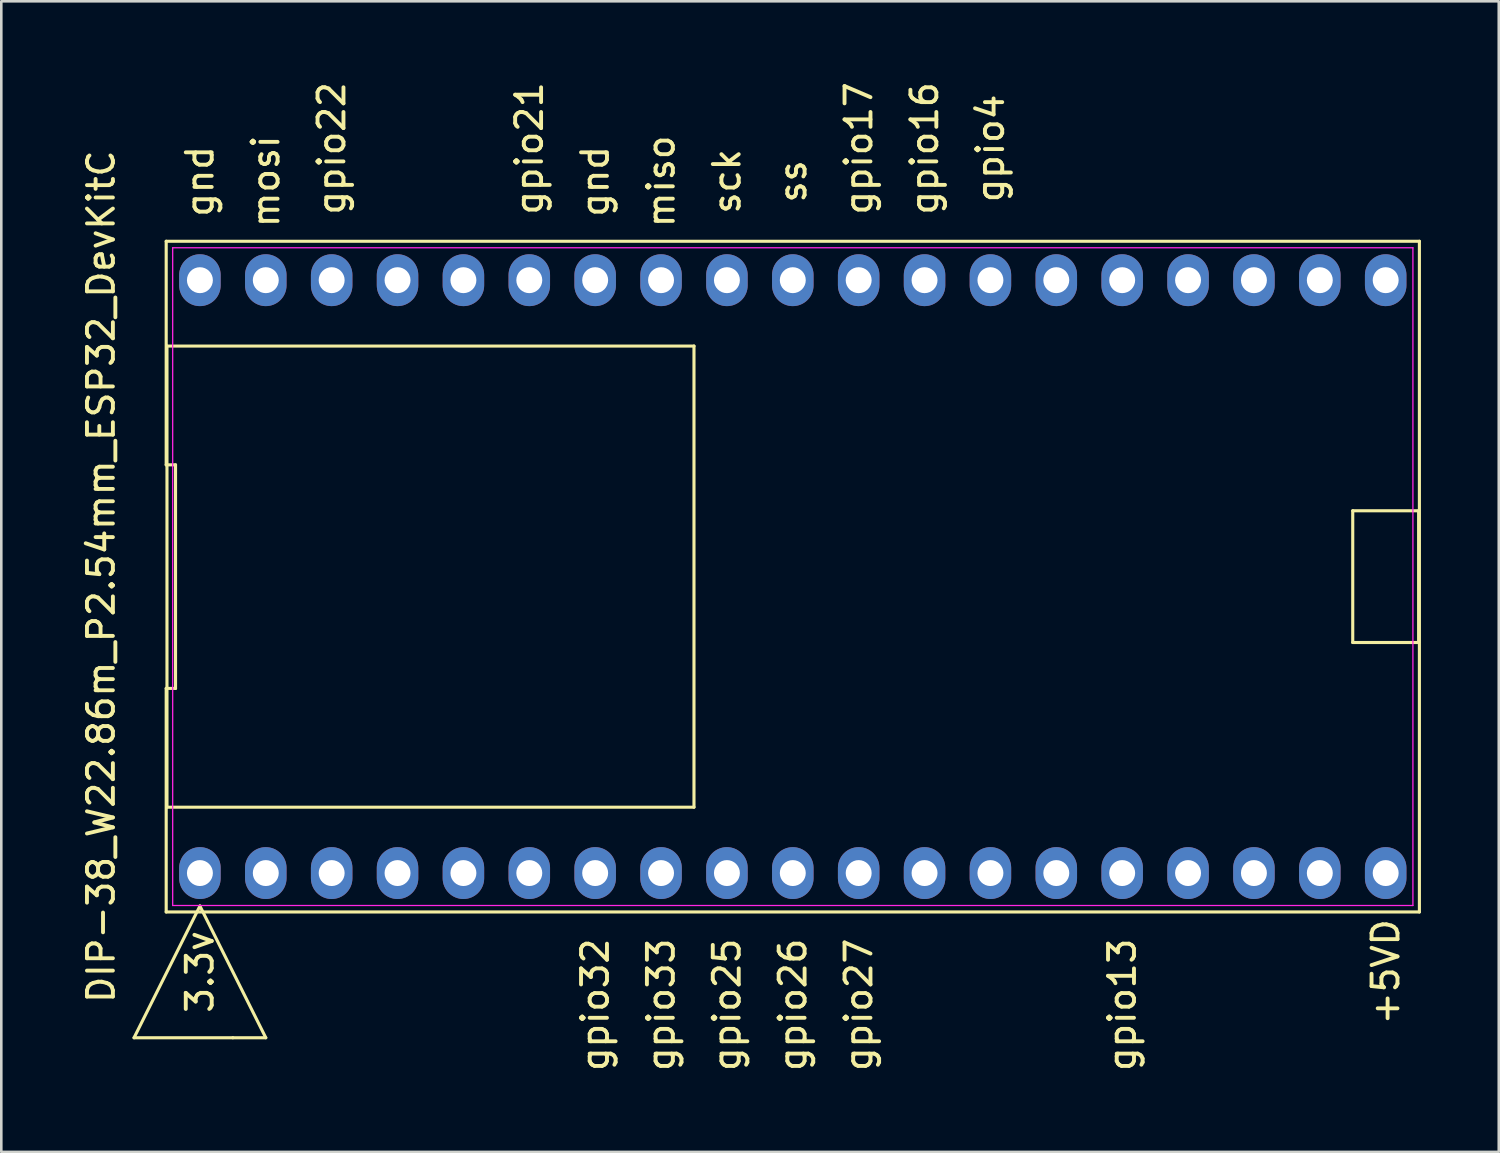
<source format=kicad_pcb>
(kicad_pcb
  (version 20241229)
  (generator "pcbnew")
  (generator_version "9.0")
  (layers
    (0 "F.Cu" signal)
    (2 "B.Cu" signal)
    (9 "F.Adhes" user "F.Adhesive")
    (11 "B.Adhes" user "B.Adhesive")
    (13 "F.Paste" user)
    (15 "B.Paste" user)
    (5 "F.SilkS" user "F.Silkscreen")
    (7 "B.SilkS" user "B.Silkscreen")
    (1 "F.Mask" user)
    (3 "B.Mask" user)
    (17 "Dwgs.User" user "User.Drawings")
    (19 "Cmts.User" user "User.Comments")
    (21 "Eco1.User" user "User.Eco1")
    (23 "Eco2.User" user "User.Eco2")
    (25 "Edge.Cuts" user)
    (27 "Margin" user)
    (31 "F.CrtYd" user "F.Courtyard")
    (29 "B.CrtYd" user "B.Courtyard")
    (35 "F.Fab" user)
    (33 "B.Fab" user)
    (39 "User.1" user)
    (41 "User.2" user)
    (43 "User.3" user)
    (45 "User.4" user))
  (footprint "DIP-38_W22.86m_P2.54mm_ESP32_DevKitC"
    (layer "F.Cu")
    (at 27.518 19.183)
    (property "Reference" "DIP-38_W22.86m_P2.54mm_ESP32_DevKitC" (at -26.67 0 90) (layer "F.SilkS") (effects (font (size 1 1) (thickness 0.15))))
    (attr through_hole)
    (fp_line (start -25.4 17.78) (end -21.59 17.78) (stroke (width 0.12) (type solid)) (layer "F.SilkS"))
    (fp_line (start -24.16 -12.93) (end -24.16 -4.31) (stroke (width 0.12) (type solid)) (layer "F.SilkS"))
    (fp_line (start -24.16 -4.31) (end -23.8 -4.31) (stroke (width 0.12) (type solid)) (layer "F.SilkS"))
    (fp_line (start -24.16 4.31) (end -24.16 12.93) (stroke (width 0.12) (type solid)) (layer "F.SilkS"))
    (fp_line (start -24.16 12.93) (end 24.16 12.93) (stroke (width 0.12) (type solid)) (layer "F.SilkS"))
    (fp_line (start -24.13 -8.89) (end -3.81 -8.89) (stroke (width 0.12) (type solid)) (layer "F.SilkS"))
    (fp_line (start -24.13 8.89) (end -24.13 -8.89) (stroke (width 0.12) (type solid)) (layer "F.SilkS"))
    (fp_line (start -23.8 -4.31) (end -23.8 4.31) (stroke (width 0.12) (type solid)) (layer "F.SilkS"))
    (fp_line (start -23.8 4.31) (end -24.16 4.31) (stroke (width 0.12) (type solid)) (layer "F.SilkS"))
    (fp_line (start -22.86 12.7) (end -25.4 17.78) (stroke (width 0.12) (type solid)) (layer "F.SilkS"))
    (fp_line (start -21.59 17.78) (end -20.32 17.78) (stroke (width 0.12) (type solid)) (layer "F.SilkS"))
    (fp_line (start -20.32 17.78) (end -22.86 12.7) (stroke (width 0.12) (type solid)) (layer "F.SilkS"))
    (fp_line (start -3.81 -8.89) (end -3.81 8.89) (stroke (width 0.12) (type solid)) (layer "F.SilkS"))
    (fp_line (start -3.81 8.89) (end -24.13 8.89) (stroke (width 0.12) (type solid)) (layer "F.SilkS"))
    (fp_line (start 21.59 -2.54) (end 21.59 2.54) (stroke (width 0.12) (type solid)) (layer "F.SilkS"))
    (fp_line (start 21.59 2.54) (end 24.13 2.54) (stroke (width 0.12) (type solid)) (layer "F.SilkS"))
    (fp_line (start 24.13 -2.54) (end 21.59 -2.54) (stroke (width 0.12) (type solid)) (layer "F.SilkS"))
    (fp_line (start 24.13 2.54) (end 24.13 -2.54) (stroke (width 0.12) (type solid)) (layer "F.SilkS"))
    (fp_line (start 24.16 -12.93) (end -24.16 -12.93) (stroke (width 0.12) (type solid)) (layer "F.SilkS"))
    (fp_line (start 24.16 12.93) (end 24.16 -12.93) (stroke (width 0.12) (type solid)) (layer "F.SilkS"))
    (fp_line (start -23.91 -12.68) (end 23.91 -12.68) (stroke (width 0.05) (type solid)) (layer "F.CrtYd"))
    (fp_line (start -23.91 12.68) (end -23.91 -12.68) (stroke (width 0.05) (type solid)) (layer "F.CrtYd"))
    (fp_line (start 23.91 -12.68) (end 23.91 12.68) (stroke (width 0.05) (type solid)) (layer "F.CrtYd"))
    (fp_line (start 23.91 12.68) (end -23.91 12.68) (stroke (width 0.05) (type solid)) (layer "F.CrtYd"))
    (fp_text user "gpio4" (at 7.62 -16.51 90) (layer "F.SilkS") (effects (font (size 1 1) (thickness 0.15))))
    (fp_text user "gnd" (at -7.62 -15.24 90) (layer "F.SilkS") (effects (font (size 1 1) (thickness 0.15))))
    (fp_text user "3.3v" (at -22.86 15.24 270) (layer "F.SilkS") (effects (font (size 1 1) (thickness 0.15))))
    (fp_text user "gpio25" (at -2.54 16.51 90) (layer "F.SilkS") (effects (font (size 1 1) (thickness 0.15))))
    (fp_text user "gpio26" (at 0 16.51 90) (layer "F.SilkS") (effects (font (size 1 1) (thickness 0.15))))
    (fp_text user "gpio16" (at 5.08 -16.51 90) (layer "F.SilkS") (effects (font (size 1 1) (thickness 0.15))))
    (fp_text user "gpio32" (at -7.62 16.51 90) (layer "F.SilkS") (effects (font (size 1 1) (thickness 0.15))))
    (fp_text user "gpio13" (at 12.7 16.51 90) (layer "F.SilkS") (effects (font (size 1 1) (thickness 0.15))))
    (fp_text user "gpio33" (at -5.08 16.51 90) (layer "F.SilkS") (effects (font (size 1 1) (thickness 0.15))))
    (fp_text user "sck" (at -2.54 -15.24 90) (layer "F.SilkS") (effects (font (size 1 1) (thickness 0.15))))
    (fp_text user "gpio17" (at 2.54 -16.51 90) (layer "F.SilkS") (effects (font (size 1 1) (thickness 0.15))))
    (fp_text user "+5VD" (at 22.86 15.24 90) (layer "F.SilkS") (effects (font (size 1 1) (thickness 0.15))))
    (fp_text user "mosi" (at -20.32 -15.24 90) (layer "F.SilkS") (effects (font (size 1 1) (thickness 0.15))))
    (fp_text user "gpio27" (at 2.54 16.51 90) (layer "F.SilkS") (effects (font (size 1 1) (thickness 0.15))))
    (fp_text user "gpio22" (at -17.78 -16.51 90) (layer "F.SilkS") (effects (font (size 1 1) (thickness 0.15))))
    (fp_text user "gnd" (at -22.86 -15.24 90) (layer "F.SilkS") (effects (font (size 1 1) (thickness 0.15))))
    (fp_text user "miso" (at -5.08 -15.24 90) (layer "F.SilkS") (effects (font (size 1 1) (thickness 0.15))))
    (fp_text user "gpio21" (at -10.16 -16.51 90) (layer "F.SilkS") (effects (font (size 1 1) (thickness 0.15))))
    (fp_text user "ss" (at 0 -15.24 90) (layer "F.SilkS") (effects (font (size 1 1) (thickness 0.15))))
    (pad "1" thru_hole oval (at -22.86 11.43) (size 1.6 2) (drill 1) (layers "*.Cu" "*.Mask"))
    (pad "2" thru_hole oval (at -20.32 11.43) (size 1.6 2) (drill 1) (layers "*.Cu" "*.Mask"))
    (pad "3" thru_hole oval (at -17.78 11.43) (size 1.6 2) (drill 1) (layers "*.Cu" "*.Mask"))
    (pad "4" thru_hole oval (at -15.24 11.43) (size 1.6 2) (drill 1) (layers "*.Cu" "*.Mask"))
    (pad "5" thru_hole oval (at -12.7 11.43) (size 1.6 2) (drill 1) (layers "*.Cu" "*.Mask"))
    (pad "6" thru_hole oval (at -10.16 11.43) (size 1.6 2) (drill 1) (layers "*.Cu" "*.Mask"))
    (pad "7" thru_hole oval (at -7.62 11.43) (size 1.6 2) (drill 1) (layers "*.Cu" "*.Mask"))
    (pad "8" thru_hole oval (at -5.08 11.43) (size 1.6 2) (drill 1) (layers "*.Cu" "*.Mask"))
    (pad "9" thru_hole oval (at -2.54 11.43) (size 1.6 2) (drill 1) (layers "*.Cu" "*.Mask"))
    (pad "10" thru_hole oval (at 0 11.43) (size 1.6 2) (drill 1) (layers "*.Cu" "*.Mask"))
    (pad "11" thru_hole oval (at 2.54 11.43) (size 1.6 2) (drill 1) (layers "*.Cu" "*.Mask"))
    (pad "12" thru_hole oval (at 5.08 11.43) (size 1.6 2) (drill 1) (layers "*.Cu" "*.Mask"))
    (pad "13" thru_hole oval (at 7.62 11.43) (size 1.6 2) (drill 1) (layers "*.Cu" "*.Mask"))
    (pad "14" thru_hole oval (at 10.16 11.43) (size 1.6 2) (drill 1) (layers "*.Cu" "*.Mask"))
    (pad "15" thru_hole oval (at 12.7 11.43) (size 1.6 2) (drill 1) (layers "*.Cu" "*.Mask"))
    (pad "16" thru_hole oval (at 15.24 11.43) (size 1.6 2) (drill 1) (layers "*.Cu" "*.Mask"))
    (pad "17" thru_hole oval (at 17.78 11.43) (size 1.6 2) (drill 1) (layers "*.Cu" "*.Mask"))
    (pad "18" thru_hole oval (at 20.32 11.43) (size 1.6 2) (drill 1) (layers "*.Cu" "*.Mask"))
    (pad "19" thru_hole oval (at 22.86 11.43) (size 1.6 2) (drill 1) (layers "*.Cu" "*.Mask"))
    (pad "20" thru_hole oval (at 22.86 -11.43) (size 1.6 2) (drill 1) (layers "*.Cu" "*.Mask"))
    (pad "21" thru_hole oval (at 20.32 -11.43) (size 1.6 2) (drill 1) (layers "*.Cu" "*.Mask"))
    (pad "22" thru_hole oval (at 17.78 -11.43) (size 1.6 2) (drill 1) (layers "*.Cu" "*.Mask"))
    (pad "23" thru_hole oval (at 15.24 -11.43) (size 1.6 2) (drill 1) (layers "*.Cu" "*.Mask"))
    (pad "24" thru_hole oval (at 12.7 -11.43) (size 1.6 2) (drill 1) (layers "*.Cu" "*.Mask"))
    (pad "25" thru_hole oval (at 10.16 -11.43) (size 1.6 2) (drill 1) (layers "*.Cu" "*.Mask"))
    (pad "26" thru_hole oval (at 7.62 -11.43) (size 1.6 2) (drill 1) (layers "*.Cu" "*.Mask"))
    (pad "27" thru_hole oval (at 5.08 -11.43) (size 1.6 2) (drill 1) (layers "*.Cu" "*.Mask"))
    (pad "28" thru_hole oval (at 2.54 -11.43) (size 1.6 2) (drill 1) (layers "*.Cu" "*.Mask"))
    (pad "29" thru_hole oval (at 0 -11.43) (size 1.6 2) (drill 1) (layers "*.Cu" "*.Mask"))
    (pad "30" thru_hole oval (at -2.54 -11.43) (size 1.6 2) (drill 1) (layers "*.Cu" "*.Mask"))
    (pad "31" thru_hole oval (at -5.08 -11.43) (size 1.6 2) (drill 1) (layers "*.Cu" "*.Mask"))
    (pad "32" thru_hole oval (at -7.62 -11.43) (size 1.6 2) (drill 1) (layers "*.Cu" "*.Mask"))
    (pad "33" thru_hole oval (at -10.16 -11.43) (size 1.6 2) (drill 1) (layers "*.Cu" "*.Mask"))
    (pad "34" thru_hole oval (at -12.7 -11.43) (size 1.6 2) (drill 1) (layers "*.Cu" "*.Mask"))
    (pad "35" thru_hole oval (at -15.24 -11.43) (size 1.6 2) (drill 1) (layers "*.Cu" "*.Mask"))
    (pad "36" thru_hole oval (at -17.78 -11.43) (size 1.6 2) (drill 1) (layers "*.Cu" "*.Mask"))
    (pad "37" thru_hole oval (at -20.32 -11.43) (size 1.6 2) (drill 1) (layers "*.Cu" "*.Mask"))
    (pad "38" thru_hole oval (at -22.86 -11.43) (size 1.6 2) (drill 1) (layers "*.Cu" "*.Mask")))
  (gr_rect
    (start -3 -3)
    (end 54.738 41.365)
    (stroke (width 0.1) (type default))
    (fill no)
    (layer "Edge.Cuts")))
</source>
